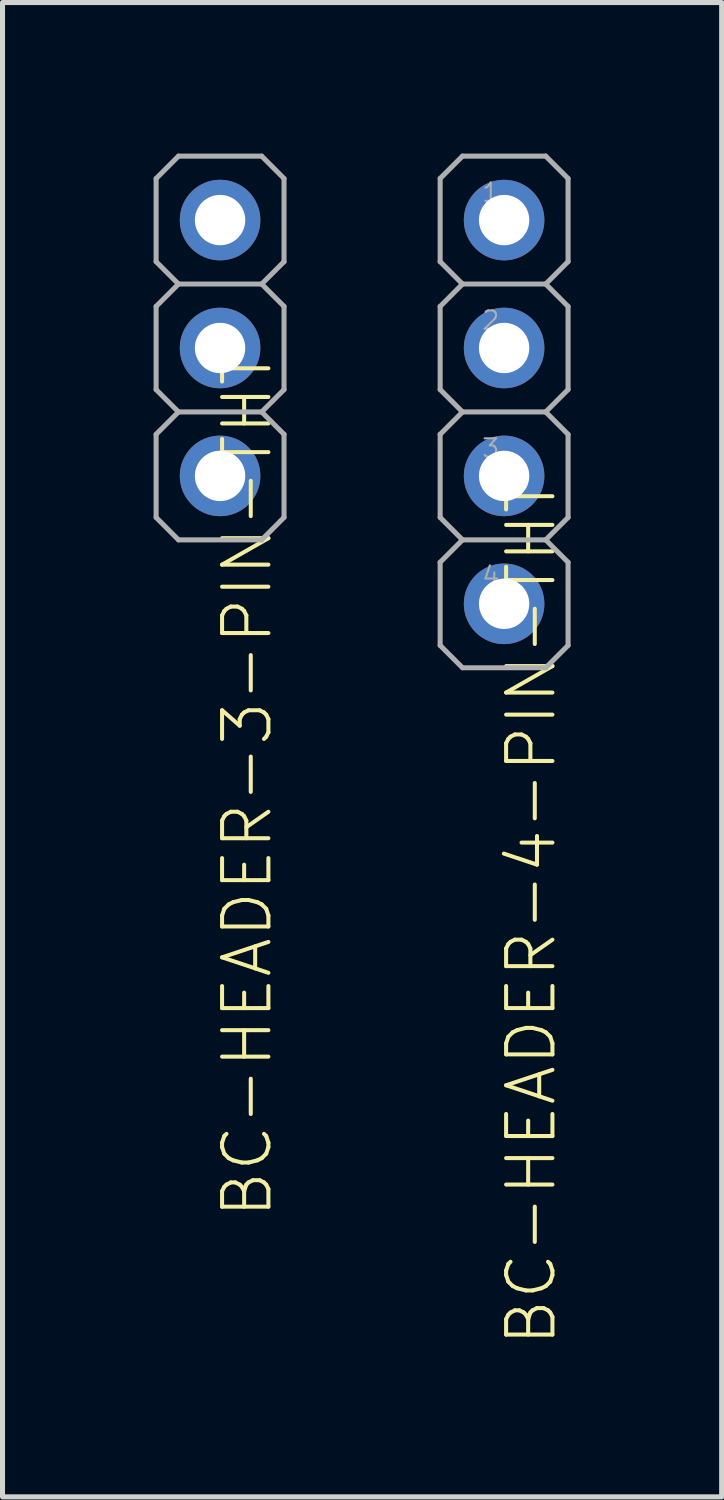
<source format=kicad_pcb>
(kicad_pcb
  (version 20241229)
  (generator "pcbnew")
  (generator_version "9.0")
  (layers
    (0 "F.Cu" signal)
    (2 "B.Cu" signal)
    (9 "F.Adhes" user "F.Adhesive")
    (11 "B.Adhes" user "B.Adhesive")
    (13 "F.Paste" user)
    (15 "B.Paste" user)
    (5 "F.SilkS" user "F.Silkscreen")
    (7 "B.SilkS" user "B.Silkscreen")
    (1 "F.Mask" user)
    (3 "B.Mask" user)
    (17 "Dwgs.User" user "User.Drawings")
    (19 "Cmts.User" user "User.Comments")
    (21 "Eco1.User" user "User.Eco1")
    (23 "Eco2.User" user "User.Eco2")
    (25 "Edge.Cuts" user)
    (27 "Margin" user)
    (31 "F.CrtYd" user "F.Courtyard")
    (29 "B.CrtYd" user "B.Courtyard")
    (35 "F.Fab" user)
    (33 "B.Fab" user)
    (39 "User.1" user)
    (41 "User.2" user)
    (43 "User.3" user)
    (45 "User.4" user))
  (footprint "BC-HEADER-4-PIN-THT"
    (layer "F.Cu")
    (at 6.96 5.13)
    (property "Reference" "BC-HEADER-4-PIN-THT" (at 0 1.27 90) (unlocked yes) (layer "F.SilkS") (effects (font (size 0.92 0.92) (thickness 0.08)) (justify right top)))
    (fp_line (start -1.27 -4.636) (end -1.27 -2.985) (stroke (width 0.1) (type solid)) (layer "F.Fab"))
    (fp_line (start -1.27 -2.985) (end -0.826 -2.54) (stroke (width 0.1) (type solid)) (layer "F.Fab"))
    (fp_line (start -1.27 -2.095) (end -1.27 -0.445) (stroke (width 0.1) (type solid)) (layer "F.Fab"))
    (fp_line (start -1.27 -0.445) (end -0.826 0) (stroke (width 0.1) (type solid)) (layer "F.Fab"))
    (fp_line (start -1.27 0.445) (end -1.27 2.095) (stroke (width 0.1) (type solid)) (layer "F.Fab"))
    (fp_line (start -1.27 2.095) (end -0.826 2.54) (stroke (width 0.1) (type solid)) (layer "F.Fab"))
    (fp_line (start -1.27 2.985) (end -1.27 4.636) (stroke (width 0.1) (type solid)) (layer "F.Fab"))
    (fp_line (start -1.27 4.636) (end -0.826 5.08) (stroke (width 0.1) (type solid)) (layer "F.Fab"))
    (fp_line (start -0.826 -5.08) (end -1.27 -4.636) (stroke (width 0.1) (type solid)) (layer "F.Fab"))
    (fp_line (start -0.826 -5.08) (end 0.826 -5.08) (stroke (width 0.1) (type solid)) (layer "F.Fab"))
    (fp_line (start -0.826 -2.54) (end -1.27 -2.095) (stroke (width 0.1) (type solid)) (layer "F.Fab"))
    (fp_line (start -0.826 -2.54) (end 0.826 -2.54) (stroke (width 0.1) (type solid)) (layer "F.Fab"))
    (fp_line (start -0.826 0) (end -1.27 0.445) (stroke (width 0.1) (type solid)) (layer "F.Fab"))
    (fp_line (start -0.826 0) (end 0.826 0) (stroke (width 0.1) (type solid)) (layer "F.Fab"))
    (fp_line (start -0.826 2.54) (end -1.27 2.985) (stroke (width 0.1) (type solid)) (layer "F.Fab"))
    (fp_line (start -0.826 2.54) (end 0.826 2.54) (stroke (width 0.1) (type solid)) (layer "F.Fab"))
    (fp_line (start -0.826 5.08) (end 0.826 5.08) (stroke (width 0.1) (type solid)) (layer "F.Fab"))
    (fp_line (start -0.31 -4.12) (end -0.31 -3.5) (stroke (width 0.1) (type solid)) (layer "F.Fab"))
    (fp_line (start -0.31 -3.5) (end 0.31 -3.5) (stroke (width 0.1) (type solid)) (layer "F.Fab"))
    (fp_line (start -0.31 -1.58) (end -0.31 -0.96) (stroke (width 0.1) (type solid)) (layer "F.Fab"))
    (fp_line (start -0.31 -0.96) (end 0.31 -0.96) (stroke (width 0.1) (type solid)) (layer "F.Fab"))
    (fp_line (start -0.31 0.96) (end -0.31 1.58) (stroke (width 0.1) (type solid)) (layer "F.Fab"))
    (fp_line (start -0.31 1.58) (end 0.31 1.58) (stroke (width 0.1) (type solid)) (layer "F.Fab"))
    (fp_line (start -0.31 3.5) (end -0.31 4.12) (stroke (width 0.1) (type solid)) (layer "F.Fab"))
    (fp_line (start -0.31 4.12) (end 0.31 4.12) (stroke (width 0.1) (type solid)) (layer "F.Fab"))
    (fp_line (start 0.31 -4.12) (end -0.31 -4.12) (stroke (width 0.1) (type solid)) (layer "F.Fab"))
    (fp_line (start 0.31 -3.5) (end 0.31 -4.12) (stroke (width 0.1) (type solid)) (layer "F.Fab"))
    (fp_line (start 0.31 -1.58) (end -0.31 -1.58) (stroke (width 0.1) (type solid)) (layer "F.Fab"))
    (fp_line (start 0.31 -0.96) (end 0.31 -1.58) (stroke (width 0.1) (type solid)) (layer "F.Fab"))
    (fp_line (start 0.31 0.96) (end -0.31 0.96) (stroke (width 0.1) (type solid)) (layer "F.Fab"))
    (fp_line (start 0.31 1.58) (end 0.31 0.96) (stroke (width 0.1) (type solid)) (layer "F.Fab"))
    (fp_line (start 0.31 3.5) (end -0.31 3.5) (stroke (width 0.1) (type solid)) (layer "F.Fab"))
    (fp_line (start 0.31 4.12) (end 0.31 3.5) (stroke (width 0.1) (type solid)) (layer "F.Fab"))
    (fp_line (start 0.826 -2.54) (end 1.27 -2.985) (stroke (width 0.1) (type solid)) (layer "F.Fab"))
    (fp_line (start 0.826 0) (end 1.27 -0.445) (stroke (width 0.1) (type solid)) (layer "F.Fab"))
    (fp_line (start 0.826 2.54) (end 1.27 2.095) (stroke (width 0.1) (type solid)) (layer "F.Fab"))
    (fp_line (start 0.826 5.08) (end 1.27 4.636) (stroke (width 0.1) (type solid)) (layer "F.Fab"))
    (fp_line (start 1.27 -4.636) (end 0.826 -5.08) (stroke (width 0.1) (type solid)) (layer "F.Fab"))
    (fp_line (start 1.27 -2.985) (end 1.27 -4.636) (stroke (width 0.1) (type solid)) (layer "F.Fab"))
    (fp_line (start 1.27 -2.095) (end 0.826 -2.54) (stroke (width 0.1) (type solid)) (layer "F.Fab"))
    (fp_line (start 1.27 -0.445) (end 1.27 -2.095) (stroke (width 0.1) (type solid)) (layer "F.Fab"))
    (fp_line (start 1.27 0.445) (end 0.826 0) (stroke (width 0.1) (type solid)) (layer "F.Fab"))
    (fp_line (start 1.27 2.095) (end 1.27 0.445) (stroke (width 0.1) (type solid)) (layer "F.Fab"))
    (fp_line (start 1.27 2.985) (end 0.826 2.54) (stroke (width 0.1) (type solid)) (layer "F.Fab"))
    (fp_line (start 1.27 4.636) (end 1.27 2.985) (stroke (width 0.1) (type solid)) (layer "F.Fab"))
    (fp_text user "2" (at -0.064 -2.032 0) (layer "F.Fab") (effects (font (size 0.366 0.366) (thickness 0.041)) (justify right top)))
    (fp_text user "3" (at -0.064 0.508 0) (layer "F.Fab") (effects (font (size 0.366 0.366) (thickness 0.041)) (justify right top)))
    (fp_text user "4" (at -0.064 3.048 0) (layer "F.Fab") (effects (font (size 0.366 0.366) (thickness 0.041)) (justify right top)))
    (fp_text user "1" (at -0.064 -4.572 0) (layer "F.Fab") (effects (font (size 0.366 0.366) (thickness 0.041)) (justify right top)))
    (pad "1" thru_hole circle (at 0 -3.81 180) (size 1.6 1.6) (drill 1) (layers "*.Cu" "*.Mask"))
    (pad "2" thru_hole circle (at 0 -1.27 180) (size 1.6 1.6) (drill 1) (layers "*.Cu" "*.Mask"))
    (pad "3" thru_hole circle (at 0 1.27 180) (size 1.6 1.6) (drill 1) (layers "*.Cu" "*.Mask"))
    (pad "4" thru_hole circle (at 0 3.81 180) (size 1.6 1.6) (drill 1) (layers "*.Cu" "*.Mask")))
  (footprint "BC-HEADER-3-PIN-THT"
    (layer "F.Cu")
    (at 1.32 3.86)
    (property "Reference" "BC-HEADER-3-PIN-THT" (at 0 0 90) (unlocked yes) (layer "F.SilkS") (effects (font (size 0.92 0.92) (thickness 0.08)) (justify right top)))
    (fp_line (start -1.27 -3.365) (end -1.27 -1.714) (stroke (width 0.1) (type solid)) (layer "F.Fab"))
    (fp_line (start -1.27 -1.714) (end -0.826 -1.27) (stroke (width 0.1) (type solid)) (layer "F.Fab"))
    (fp_line (start -1.27 -0.826) (end -1.27 0.826) (stroke (width 0.1) (type solid)) (layer "F.Fab"))
    (fp_line (start -1.27 0.826) (end -0.826 1.27) (stroke (width 0.1) (type solid)) (layer "F.Fab"))
    (fp_line (start -1.27 1.714) (end -1.27 3.365) (stroke (width 0.1) (type solid)) (layer "F.Fab"))
    (fp_line (start -1.27 3.365) (end -0.826 3.81) (stroke (width 0.1) (type solid)) (layer "F.Fab"))
    (fp_line (start -0.826 -3.81) (end -1.27 -3.365) (stroke (width 0.1) (type solid)) (layer "F.Fab"))
    (fp_line (start -0.826 -3.81) (end 0.826 -3.81) (stroke (width 0.1) (type solid)) (layer "F.Fab"))
    (fp_line (start -0.826 -1.27) (end -1.27 -0.826) (stroke (width 0.1) (type solid)) (layer "F.Fab"))
    (fp_line (start -0.826 -1.27) (end 0.826 -1.27) (stroke (width 0.1) (type solid)) (layer "F.Fab"))
    (fp_line (start -0.826 1.27) (end -1.27 1.714) (stroke (width 0.1) (type solid)) (layer "F.Fab"))
    (fp_line (start -0.826 1.27) (end 0.826 1.27) (stroke (width 0.1) (type solid)) (layer "F.Fab"))
    (fp_line (start -0.826 3.81) (end 0.826 3.81) (stroke (width 0.1) (type solid)) (layer "F.Fab"))
    (fp_line (start -0.31 -2.85) (end -0.31 -2.23) (stroke (width 0.1) (type solid)) (layer "F.Fab"))
    (fp_line (start -0.31 -2.23) (end 0.31 -2.23) (stroke (width 0.1) (type solid)) (layer "F.Fab"))
    (fp_line (start -0.31 -0.31) (end -0.31 0.31) (stroke (width 0.1) (type solid)) (layer "F.Fab"))
    (fp_line (start -0.31 0.31) (end 0.31 0.31) (stroke (width 0.1) (type solid)) (layer "F.Fab"))
    (fp_line (start -0.31 2.23) (end -0.31 2.85) (stroke (width 0.1) (type solid)) (layer "F.Fab"))
    (fp_line (start -0.31 2.85) (end 0.31 2.85) (stroke (width 0.1) (type solid)) (layer "F.Fab"))
    (fp_line (start 0.31 -2.85) (end -0.31 -2.85) (stroke (width 0.1) (type solid)) (layer "F.Fab"))
    (fp_line (start 0.31 -2.23) (end 0.31 -2.85) (stroke (width 0.1) (type solid)) (layer "F.Fab"))
    (fp_line (start 0.31 -0.31) (end -0.31 -0.31) (stroke (width 0.1) (type solid)) (layer "F.Fab"))
    (fp_line (start 0.31 0.31) (end 0.31 -0.31) (stroke (width 0.1) (type solid)) (layer "F.Fab"))
    (fp_line (start 0.31 2.23) (end -0.31 2.23) (stroke (width 0.1) (type solid)) (layer "F.Fab"))
    (fp_line (start 0.31 2.85) (end 0.31 2.23) (stroke (width 0.1) (type solid)) (layer "F.Fab"))
    (fp_line (start 0.826 -1.27) (end 1.27 -1.714) (stroke (width 0.1) (type solid)) (layer "F.Fab"))
    (fp_line (start 0.826 1.27) (end 1.27 0.826) (stroke (width 0.1) (type solid)) (layer "F.Fab"))
    (fp_line (start 0.826 3.81) (end 1.27 3.365) (stroke (width 0.1) (type solid)) (layer "F.Fab"))
    (fp_line (start 1.27 -3.365) (end 0.826 -3.81) (stroke (width 0.1) (type solid)) (layer "F.Fab"))
    (fp_line (start 1.27 -1.714) (end 1.27 -3.365) (stroke (width 0.1) (type solid)) (layer "F.Fab"))
    (fp_line (start 1.27 -0.826) (end 0.826 -1.27) (stroke (width 0.1) (type solid)) (layer "F.Fab"))
    (fp_line (start 1.27 0.826) (end 1.27 -0.826) (stroke (width 0.1) (type solid)) (layer "F.Fab"))
    (fp_line (start 1.27 1.714) (end 0.826 1.27) (stroke (width 0.1) (type solid)) (layer "F.Fab"))
    (fp_line (start 1.27 3.365) (end 1.27 1.714) (stroke (width 0.1) (type solid)) (layer "F.Fab"))
    (pad "1" thru_hole circle (at 0 -2.54 180) (size 1.6 1.6) (drill 1) (layers "*.Cu" "*.Mask"))
    (pad "2" thru_hole circle (at 0 0 180) (size 1.6 1.6) (drill 1) (layers "*.Cu" "*.Mask"))
    (pad "3" thru_hole circle (at 0 2.54 180) (size 1.6 1.6) (drill 1) (layers "*.Cu" "*.Mask")))
  (gr_rect
    (start -3 -3)
    (end 11.28 26.673)
    (stroke (width 0.1) (type default))
    (fill no)
    (layer "Edge.Cuts")))
</source>
